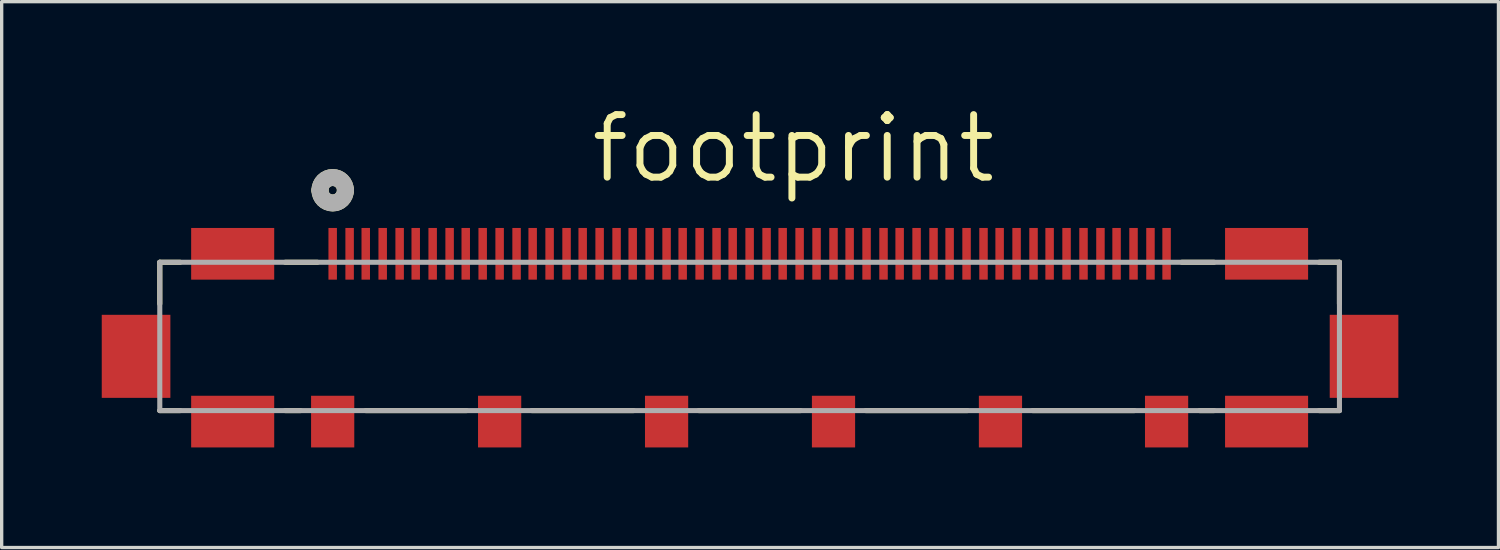
<source format=kicad_pcb>
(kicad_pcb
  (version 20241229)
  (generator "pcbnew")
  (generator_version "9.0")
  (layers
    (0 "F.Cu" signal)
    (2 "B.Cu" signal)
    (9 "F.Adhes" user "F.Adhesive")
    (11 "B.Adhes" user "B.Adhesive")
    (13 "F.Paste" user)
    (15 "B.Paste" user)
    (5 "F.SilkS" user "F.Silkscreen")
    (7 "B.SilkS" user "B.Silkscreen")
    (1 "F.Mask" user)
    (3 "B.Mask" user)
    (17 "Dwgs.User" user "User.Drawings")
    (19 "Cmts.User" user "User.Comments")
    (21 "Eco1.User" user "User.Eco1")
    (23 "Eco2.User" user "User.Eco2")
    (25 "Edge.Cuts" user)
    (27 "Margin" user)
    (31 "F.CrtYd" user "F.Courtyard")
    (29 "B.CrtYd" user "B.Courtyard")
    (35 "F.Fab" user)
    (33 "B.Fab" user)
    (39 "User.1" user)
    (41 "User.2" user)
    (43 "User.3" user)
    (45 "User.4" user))
  (footprint "footprint"
    (layer "F.Cu")
    (at 6.921 4.557)
    (property "Reference" "footprint" (at 7.645 -2.057 0) (layer "F.SilkS") (effects (font (size 1.875 1.875) (thickness 0.208)) (justify left bottom)))
    (fp_line (start -5.182 0.254) (end -5.182 1.499) (stroke (width 0.152) (type solid)) (layer "F.SilkS"))
    (fp_line (start -5.182 4.699) (end -4.572 4.699) (stroke (width 0.152) (type solid)) (layer "F.SilkS"))
    (fp_line (start -4.572 0.254) (end -5.182 0.254) (stroke (width 0.152) (type solid)) (layer "F.SilkS"))
    (fp_line (start -1.422 4.699) (end -0.965 4.699) (stroke (width 0.152) (type solid)) (layer "F.SilkS"))
    (fp_line (start -0.457 0.254) (end -1.422 0.254) (stroke (width 0.152) (type solid)) (layer "F.SilkS"))
    (fp_line (start 0.991 4.699) (end 4.013 4.699) (stroke (width 0.152) (type solid)) (layer "F.SilkS"))
    (fp_line (start 5.969 4.699) (end 9.017 4.699) (stroke (width 0.152) (type solid)) (layer "F.SilkS"))
    (fp_line (start 10.973 4.699) (end 14.021 4.699) (stroke (width 0.152) (type solid)) (layer "F.SilkS"))
    (fp_line (start 15.977 4.699) (end 19.025 4.699) (stroke (width 0.152) (type solid)) (layer "F.SilkS"))
    (fp_line (start 20.98 4.699) (end 24.028 4.699) (stroke (width 0.152) (type solid)) (layer "F.SilkS"))
    (fp_line (start 25.984 4.699) (end 26.416 4.699) (stroke (width 0.152) (type solid)) (layer "F.SilkS"))
    (fp_line (start 26.416 0.254) (end 25.451 0.254) (stroke (width 0.152) (type solid)) (layer "F.SilkS"))
    (fp_line (start 29.566 4.699) (end 30.175 4.699) (stroke (width 0.152) (type solid)) (layer "F.SilkS"))
    (fp_line (start 30.175 0.254) (end 29.566 0.254) (stroke (width 0.152) (type solid)) (layer "F.SilkS"))
    (fp_line (start 30.175 1.499) (end 30.175 0.254) (stroke (width 0.152) (type solid)) (layer "F.SilkS"))
    (fp_arc (start -0.381 -1.905) (mid 0 -2.286) (end 0.381 -1.905) (stroke (width 0.508) (type solid)) (layer "F.SilkS"))
    (fp_arc (start 0.381 -1.905) (mid 0 -1.524) (end -0.381 -1.905) (stroke (width 0.508) (type solid)) (layer "F.SilkS"))
    (fp_line (start -5.182 0.254) (end -5.182 4.699) (stroke (width 0.152) (type solid)) (layer "F.Fab"))
    (fp_line (start -5.182 4.699) (end 30.175 4.699) (stroke (width 0.152) (type solid)) (layer "F.Fab"))
    (fp_line (start 30.175 0.254) (end -5.182 0.254) (stroke (width 0.152) (type solid)) (layer "F.Fab"))
    (fp_line (start 30.175 4.699) (end 30.175 0.254) (stroke (width 0.152) (type solid)) (layer "F.Fab"))
    (fp_arc (start -0.381 -1.905) (mid 0 -2.286) (end 0.381 -1.905) (stroke (width 0.508) (type solid)) (layer "F.Fab"))
    (fp_arc (start 0.381 -1.905) (mid 0 -1.524) (end -0.381 -1.905) (stroke (width 0.508) (type solid)) (layer "F.Fab"))
    (pad "1" smd rect (at 0 0 270) (size 1.549 0.254) (layers "F.Cu" "F.Mask" "F.Paste"))
    (pad "2" smd rect (at 0.508 0 270) (size 1.549 0.254) (layers "F.Cu" "F.Mask" "F.Paste"))
    (pad "3" smd rect (at 0.991 0 270) (size 1.549 0.254) (layers "F.Cu" "F.Mask" "F.Paste"))
    (pad "4" smd rect (at 1.499 0 270) (size 1.549 0.254) (layers "F.Cu" "F.Mask" "F.Paste"))
    (pad "5" smd rect (at 2.007 0 270) (size 1.549 0.254) (layers "F.Cu" "F.Mask" "F.Paste"))
    (pad "6" smd rect (at 2.489 0 270) (size 1.549 0.254) (layers "F.Cu" "F.Mask" "F.Paste"))
    (pad "7" smd rect (at 2.997 0 270) (size 1.549 0.254) (layers "F.Cu" "F.Mask" "F.Paste"))
    (pad "8" smd rect (at 3.505 0 270) (size 1.549 0.254) (layers "F.Cu" "F.Mask" "F.Paste"))
    (pad "9" smd rect (at 3.988 0 270) (size 1.549 0.254) (layers "F.Cu" "F.Mask" "F.Paste"))
    (pad "10" smd rect (at 4.496 0 270) (size 1.549 0.254) (layers "F.Cu" "F.Mask" "F.Paste"))
    (pad "11" smd rect (at 5.004 0 270) (size 1.549 0.254) (layers "F.Cu" "F.Mask" "F.Paste"))
    (pad "12" smd rect (at 5.512 0 270) (size 1.549 0.254) (layers "F.Cu" "F.Mask" "F.Paste"))
    (pad "13" smd rect (at 5.994 0 270) (size 1.549 0.254) (layers "F.Cu" "F.Mask" "F.Paste"))
    (pad "14" smd rect (at 6.502 0 270) (size 1.549 0.254) (layers "F.Cu" "F.Mask" "F.Paste"))
    (pad "15" smd rect (at 7.01 0 270) (size 1.549 0.254) (layers "F.Cu" "F.Mask" "F.Paste"))
    (pad "16" smd rect (at 7.493 0 270) (size 1.549 0.254) (layers "F.Cu" "F.Mask" "F.Paste"))
    (pad "17" smd rect (at 8.001 0 270) (size 1.549 0.254) (layers "F.Cu" "F.Mask" "F.Paste"))
    (pad "18" smd rect (at 8.509 0 270) (size 1.549 0.254) (layers "F.Cu" "F.Mask" "F.Paste"))
    (pad "19" smd rect (at 8.992 0 270) (size 1.549 0.254) (layers "F.Cu" "F.Mask" "F.Paste"))
    (pad "20" smd rect (at 9.5 0 270) (size 1.549 0.254) (layers "F.Cu" "F.Mask" "F.Paste"))
    (pad "21" smd rect (at 10.008 0 270) (size 1.549 0.254) (layers "F.Cu" "F.Mask" "F.Paste"))
    (pad "22" smd rect (at 10.49 0 270) (size 1.549 0.254) (layers "F.Cu" "F.Mask" "F.Paste"))
    (pad "23" smd rect (at 10.998 0 270) (size 1.549 0.254) (layers "F.Cu" "F.Mask" "F.Paste"))
    (pad "24" smd rect (at 11.506 0 270) (size 1.549 0.254) (layers "F.Cu" "F.Mask" "F.Paste"))
    (pad "25" smd rect (at 11.989 0 270) (size 1.549 0.254) (layers "F.Cu" "F.Mask" "F.Paste"))
    (pad "26" smd rect (at 12.497 0 270) (size 1.549 0.254) (layers "F.Cu" "F.Mask" "F.Paste"))
    (pad "27" smd rect (at 13.005 0 270) (size 1.549 0.254) (layers "F.Cu" "F.Mask" "F.Paste"))
    (pad "28" smd rect (at 13.487 0 270) (size 1.549 0.254) (layers "F.Cu" "F.Mask" "F.Paste"))
    (pad "29" smd rect (at 13.995 0 270) (size 1.549 0.254) (layers "F.Cu" "F.Mask" "F.Paste"))
    (pad "30" smd rect (at 14.503 0 270) (size 1.549 0.254) (layers "F.Cu" "F.Mask" "F.Paste"))
    (pad "31" smd rect (at 15.011 0 270) (size 1.549 0.254) (layers "F.Cu" "F.Mask" "F.Paste"))
    (pad "32" smd rect (at 15.494 0 270) (size 1.549 0.254) (layers "F.Cu" "F.Mask" "F.Paste"))
    (pad "33" smd rect (at 16.002 0 270) (size 1.549 0.254) (layers "F.Cu" "F.Mask" "F.Paste"))
    (pad "34" smd rect (at 16.51 0 270) (size 1.549 0.254) (layers "F.Cu" "F.Mask" "F.Paste"))
    (pad "35" smd rect (at 16.993 0 270) (size 1.549 0.254) (layers "F.Cu" "F.Mask" "F.Paste"))
    (pad "36" smd rect (at 17.501 0 270) (size 1.549 0.254) (layers "F.Cu" "F.Mask" "F.Paste"))
    (pad "37" smd rect (at 18.009 0 270) (size 1.549 0.254) (layers "F.Cu" "F.Mask" "F.Paste"))
    (pad "38" smd rect (at 18.491 0 270) (size 1.549 0.254) (layers "F.Cu" "F.Mask" "F.Paste"))
    (pad "39" smd rect (at 18.999 0 270) (size 1.549 0.254) (layers "F.Cu" "F.Mask" "F.Paste"))
    (pad "40" smd rect (at 19.507 0 270) (size 1.549 0.254) (layers "F.Cu" "F.Mask" "F.Paste"))
    (pad "41" smd rect (at 19.99 0 270) (size 1.549 0.254) (layers "F.Cu" "F.Mask" "F.Paste"))
    (pad "42" smd rect (at 20.498 0 270) (size 1.549 0.254) (layers "F.Cu" "F.Mask" "F.Paste"))
    (pad "43" smd rect (at 21.006 0 270) (size 1.549 0.254) (layers "F.Cu" "F.Mask" "F.Paste"))
    (pad "44" smd rect (at 21.488 0 270) (size 1.549 0.254) (layers "F.Cu" "F.Mask" "F.Paste"))
    (pad "45" smd rect (at 21.996 0 270) (size 1.549 0.254) (layers "F.Cu" "F.Mask" "F.Paste"))
    (pad "46" smd rect (at 22.504 0 270) (size 1.549 0.254) (layers "F.Cu" "F.Mask" "F.Paste"))
    (pad "47" smd rect (at 23.012 0 270) (size 1.549 0.254) (layers "F.Cu" "F.Mask" "F.Paste"))
    (pad "48" smd rect (at 23.495 0 270) (size 1.549 0.254) (layers "F.Cu" "F.Mask" "F.Paste"))
    (pad "49" smd rect (at 24.003 0 270) (size 1.549 0.254) (layers "F.Cu" "F.Mask" "F.Paste"))
    (pad "50" smd rect (at 24.511 0 270) (size 1.549 0.254) (layers "F.Cu" "F.Mask" "F.Paste"))
    (pad "51" smd rect (at 24.994 0 270) (size 1.549 0.254) (layers "F.Cu" "F.Mask" "F.Paste"))
    (pad "52" smd rect (at -2.997 0) (size 2.489 1.549) (layers "F.Cu" "F.Mask" "F.Paste"))
    (pad "53" smd rect (at 27.991 0) (size 2.489 1.549) (layers "F.Cu" "F.Mask" "F.Paste"))
    (pad "54" smd rect (at -5.893 3.073) (size 2.057 2.489) (layers "F.Cu" "F.Mask" "F.Paste"))
    (pad "55" smd rect (at 30.912 3.073) (size 2.057 2.489) (layers "F.Cu" "F.Mask" "F.Paste"))
    (pad "56" smd rect (at -2.997 5.029) (size 2.489 1.549) (layers "F.Cu" "F.Mask" "F.Paste"))
    (pad "57" smd rect (at 27.991 5.029) (size 2.489 1.549) (layers "F.Cu" "F.Mask" "F.Paste"))
    (pad "58" smd rect (at 0 5.029) (size 1.295 1.549) (layers "F.Cu" "F.Mask" "F.Paste"))
    (pad "59" smd rect (at 24.994 5.029) (size 1.295 1.549) (layers "F.Cu" "F.Mask" "F.Paste"))
    (pad "60" smd rect (at 5.004 5.029) (size 1.295 1.549) (layers "F.Cu" "F.Mask" "F.Paste"))
    (pad "61" smd rect (at 20.015 5.029) (size 1.295 1.549) (layers "F.Cu" "F.Mask" "F.Paste"))
    (pad "62" smd rect (at 10.008 5.029) (size 1.295 1.549) (layers "F.Cu" "F.Mask" "F.Paste"))
    (pad "63" smd rect (at 15.011 5.029) (size 1.295 1.549) (layers "F.Cu" "F.Mask" "F.Paste")))
  (gr_rect
    (start -3 -3)
    (end 41.862 13.361)
    (stroke (width 0.1) (type default))
    (fill no)
    (layer "Edge.Cuts")))
</source>
